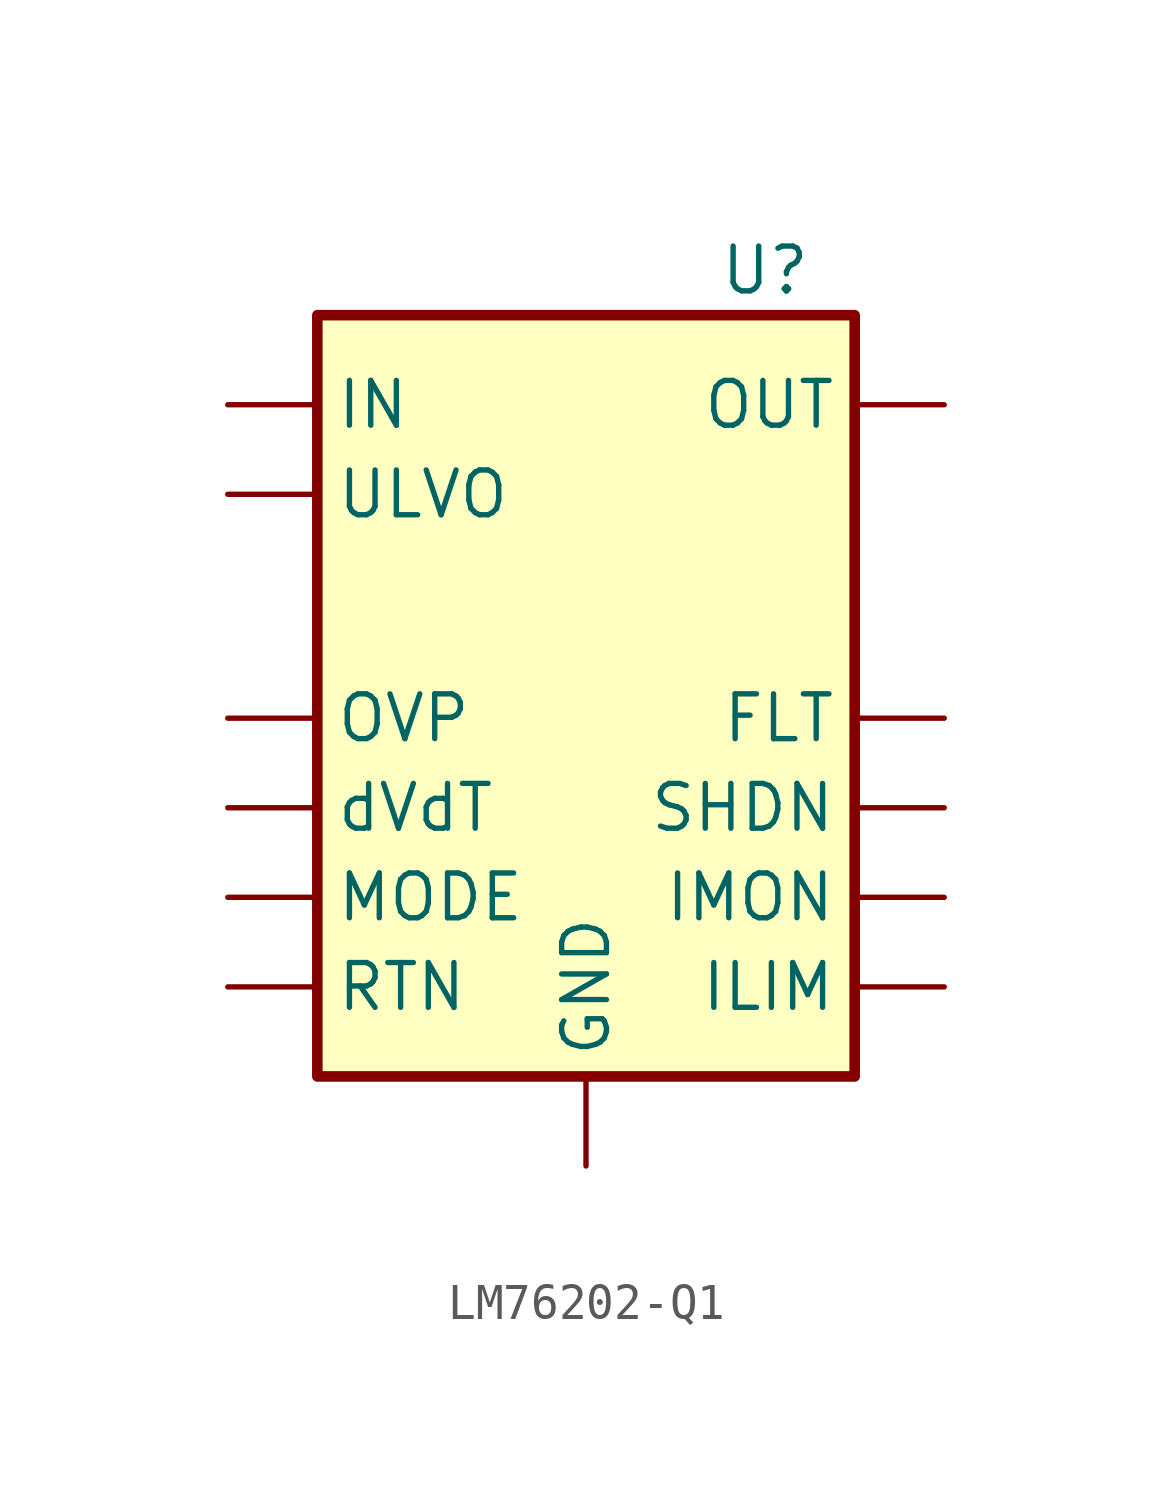
<source format=kicad_sym>
(kicad_symbol_lib
  (version 20220914)
  (generator kicad_symbol_editor)
  (symbol "LM76202-Q1"
    (property "Reference" "U"
      (at 5.08 1.27 0)
      (effects (font (size 1.27 1.27))))
    (property "Value" ""
      (at 3.81 0 0)
      (effects (font (size 1.27 1.27))))
    (symbol "LM76202-Q1_1_1"
      (rectangle (start -7.62 0) (end 7.62 -21.59) (stroke (width 0.3) (type solid)) (fill (type background)))
      (pin output line (at 10.16 -11.43 180) (length 2.54) (name "FLT" (effects (font (size 1.27 1.27)))) (number "" (effects (font (size 1.27 1.27)))))
      (pin output line (at 0 -24.13 90) (length 2.54) (name "GND" (effects (font (size 1.27 1.27)))) (number "" (effects (font (size 1.27 1.27)))))
      (pin input line (at 10.16 -19.05 180) (length 2.54) (name "ILIM" (effects (font (size 1.27 1.27)))) (number "" (effects (font (size 1.27 1.27)))))
      (pin output line (at 10.16 -16.51 180) (length 2.54) (name "IMON" (effects (font (size 1.27 1.27)))) (number "" (effects (font (size 1.27 1.27)))))
      (pin power_in line (at -10.16 -2.54 0) (length 2.54) (name "IN" (effects (font (size 1.27 1.27)))) (number "" (effects (font (size 1.27 1.27)))))
      (pin input line (at -10.16 -16.51 0) (length 2.54) (name "MODE" (effects (font (size 1.27 1.27)))) (number "" (effects (font (size 1.27 1.27)))))
      (pin power_out line (at 10.16 -2.54 180) (length 2.54) (name "OUT" (effects (font (size 1.27 1.27)))) (number "" (effects (font (size 1.27 1.27)))))
      (pin input line (at -10.16 -11.43 0) (length 2.54) (name "OVP" (effects (font (size 1.27 1.27)))) (number "" (effects (font (size 1.27 1.27)))))
      (pin input line (at -10.16 -19.05 0) (length 2.54) (name "RTN" (effects (font (size 1.27 1.27)))) (number "" (effects (font (size 1.27 1.27)))))
      (pin input line (at 10.16 -13.97 180) (length 2.54) (name "SHDN" (effects (font (size 1.27 1.27)))) (number "" (effects (font (size 1.27 1.27)))))
      (pin input line (at -10.16 -5.08 0) (length 2.54) (name "ULVO" (effects (font (size 1.27 1.27)))) (number "" (effects (font (size 1.27 1.27)))))
      (pin input line (at -10.16 -13.97 0) (length 2.54) (name "dVdT" (effects (font (size 1.27 1.27)))) (number "" (effects (font (size 1.27 1.27))))))))
</source>
